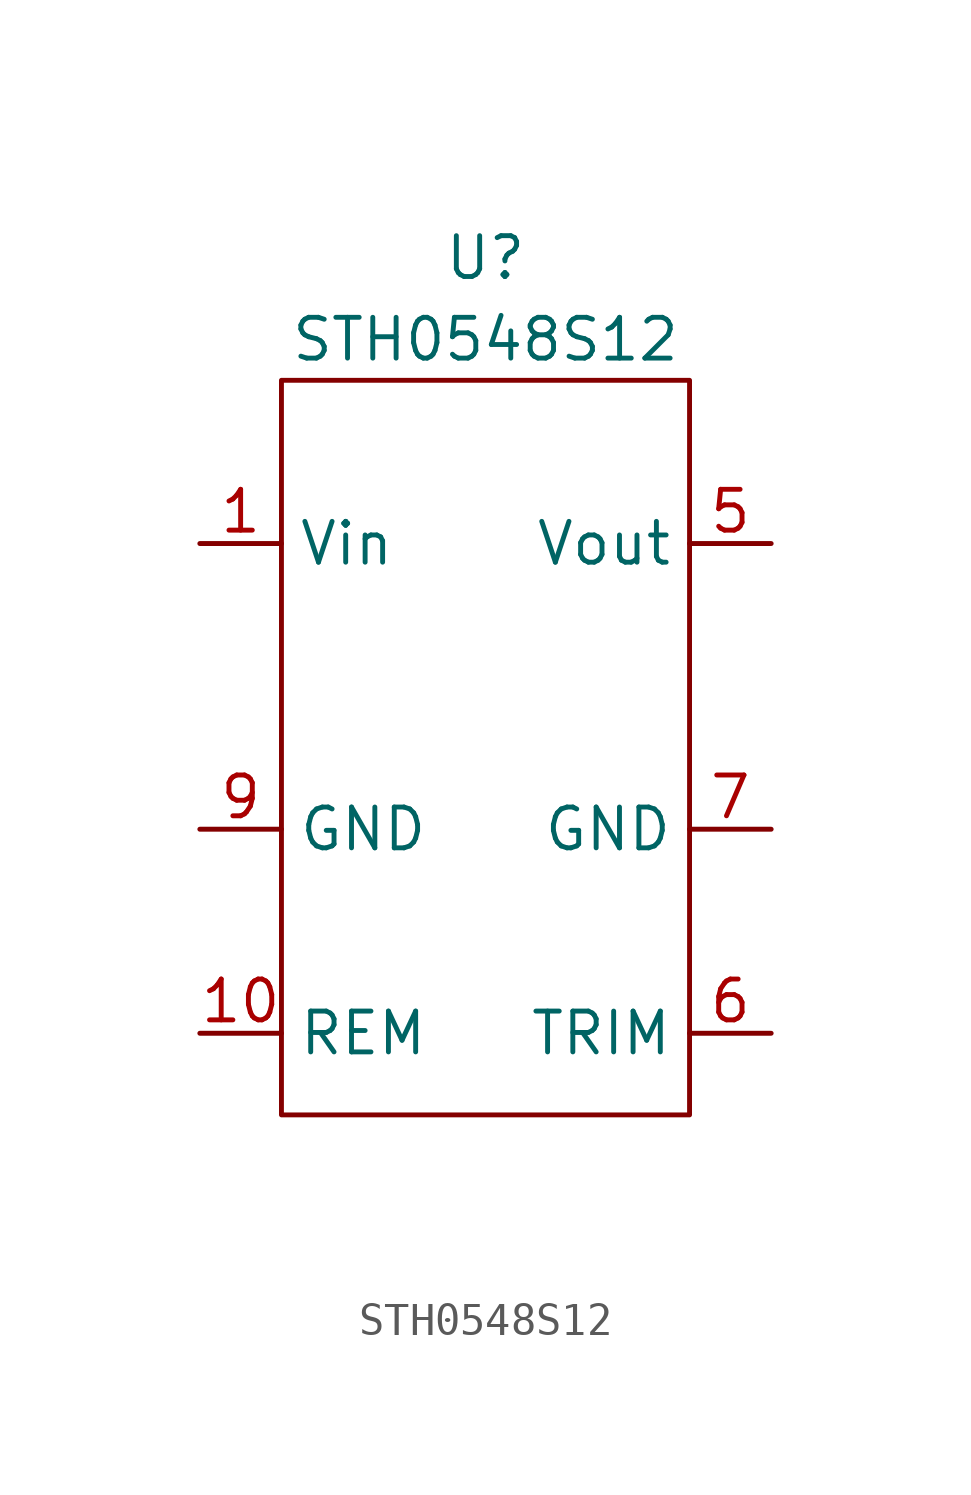
<source format=kicad_sym>
(kicad_symbol_lib
  (version 20211014)
  (generator kicad_symbol_editor)
  (symbol "STH0548S12"
    (property "Reference" "U"
      (at 0 12.7 0)
      (effects (font (size 1.27 1.27))))
    (property "Value" "STH0548S12"
      (at 0 10.16 0)
      (effects (font (size 1.27 1.27))))
    (symbol "STH0548S12_0_1"
      (rectangle (start -6.35 8.89) (end 6.35 -13.97) (stroke (width 0) (type default) (color 0 0 0 0)) (fill (type none))))
    (symbol "STH0548S12_1_1"
      (pin power_in line (at -8.89 3.81 0) (length 2.54) (name "Vin" (effects (font (size 1.27 1.27)))) (number "1" (effects (font (size 1.27 1.27)))))
      (pin input line (at -8.89 -11.43 0) (length 2.54) (name "REM" (effects (font (size 1.27 1.27)))) (number "10" (effects (font (size 1.27 1.27)))))
      (pin no_connect line (at -3.81 -16.51 90) (length 2.54) hide (name "" (effects (font (size 1.27 1.27)))) (number "2" (effects (font (size 1.27 1.27)))))
      (pin no_connect line (at -1.27 -16.51 90) (length 2.54) hide (name "" (effects (font (size 1.27 1.27)))) (number "3" (effects (font (size 1.27 1.27)))))
      (pin no_connect line (at 1.27 -16.51 90) (length 2.54) hide (name "" (effects (font (size 1.27 1.27)))) (number "4" (effects (font (size 1.27 1.27)))))
      (pin power_out line (at 8.89 3.81 180) (length 2.54) (name "Vout" (effects (font (size 1.27 1.27)))) (number "5" (effects (font (size 1.27 1.27)))))
      (pin input line (at 8.89 -11.43 180) (length 2.54) (name "TRIM" (effects (font (size 1.27 1.27)))) (number "6" (effects (font (size 1.27 1.27)))))
      (pin power_out line (at 8.89 -5.08 180) (length 2.54) (name "GND" (effects (font (size 1.27 1.27)))) (number "7" (effects (font (size 1.27 1.27)))))
      (pin no_connect line (at 3.81 -16.51 90) (length 2.54) hide (name "" (effects (font (size 1.27 1.27)))) (number "8" (effects (font (size 1.27 1.27)))))
      (pin power_in line (at -8.89 -5.08 0) (length 2.54) (name "GND" (effects (font (size 1.27 1.27)))) (number "9" (effects (font (size 1.27 1.27))))))))
</source>
